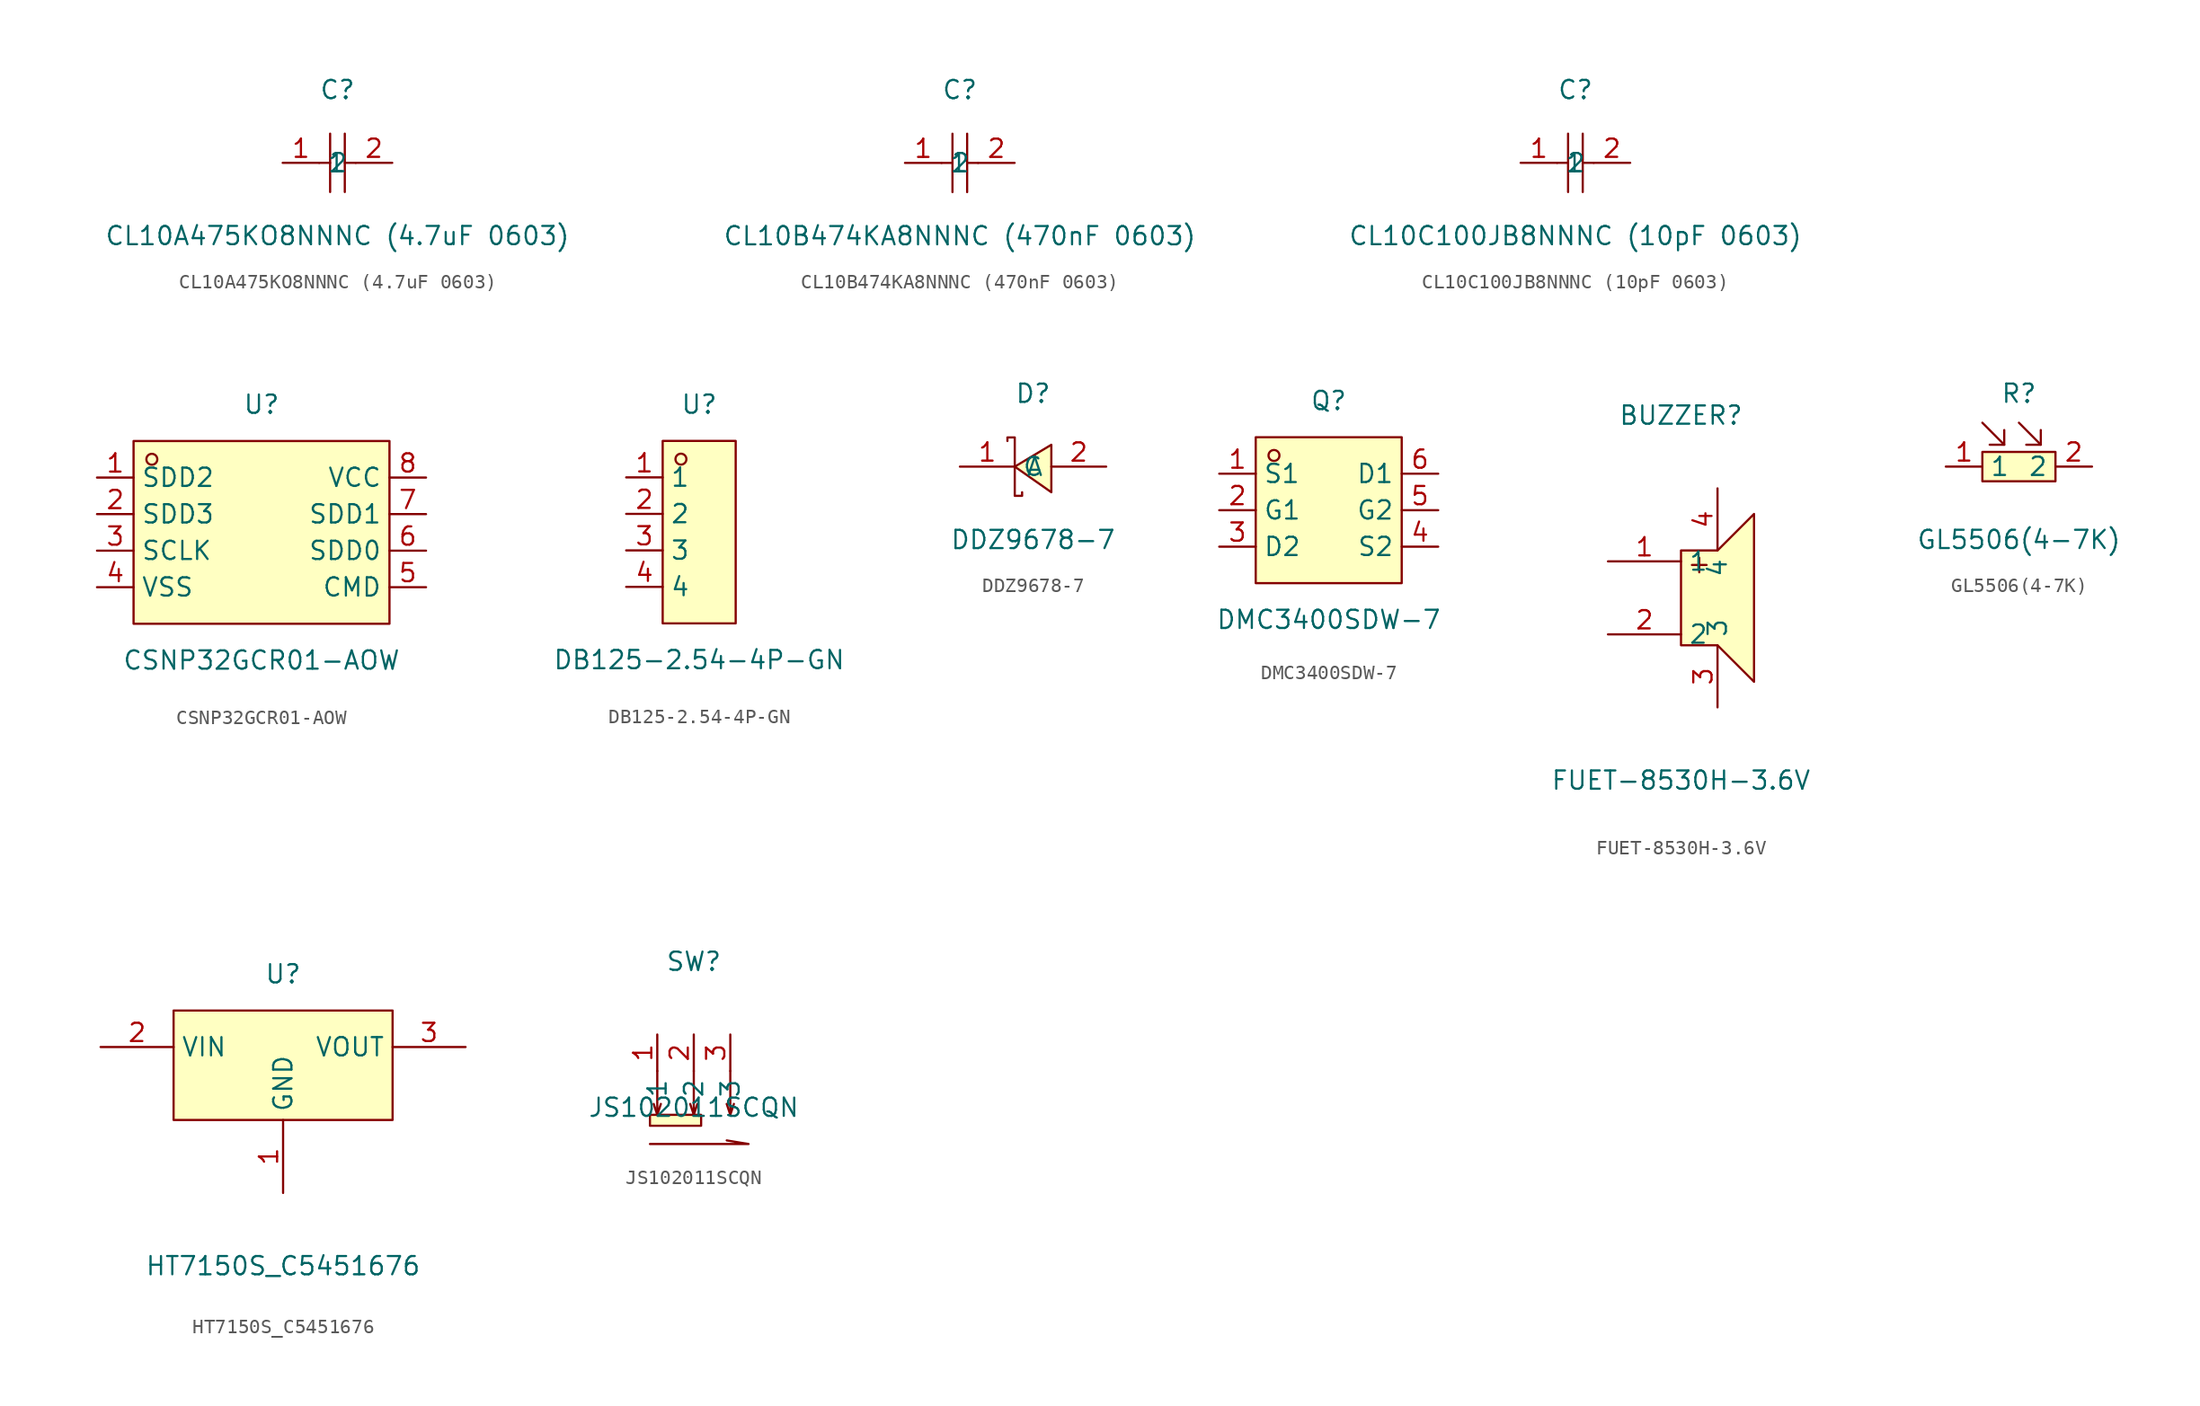
<source format=kicad_sym>
(kicad_symbol_lib
  (version 20231120)
  (generator "kicad_symbol_editor")
  (generator_version "8.0")
  (symbol "CL10A475KO8NNNC (4.7uF 0603)"
    (property "Reference" "C"
      (at 0 5.08 0)
      (effects (font (size 1.27 1.27))))
    (property "Value" "CL10A475KO8NNNC (4.7uF 0603)"
      (at 0 -5.08 0)
      (effects (font (size 1.27 1.27))))
    (symbol "CL10A475KO8NNNC (4.7uF 0603)_0_1"
      (polyline (pts (xy -1.27 0) (xy -0.51 0)) (stroke (width 0) (type default)) (fill (type none)))
      (polyline (pts (xy -0.51 2.03) (xy -0.51 -2.03)) (stroke (width 0) (type default)) (fill (type none)))
      (polyline (pts (xy 0.51 0) (xy 1.27 0)) (stroke (width 0) (type default)) (fill (type none)))
      (polyline (pts (xy 0.51 2.03) (xy 0.51 -2.03)) (stroke (width 0) (type default)) (fill (type none)))
      (pin input line (at -3.81 0 0) (length 2.54) (name "1" (effects (font (size 1.27 1.27)))) (number "1" (effects (font (size 1.27 1.27)))))
      (pin input line (at 3.81 0 180) (length 2.54) (name "2" (effects (font (size 1.27 1.27)))) (number "2" (effects (font (size 1.27 1.27)))))))
  (symbol "CL10B474KA8NNNC (470nF 0603)"
    (property "Reference" "C"
      (at 0 5.08 0)
      (effects (font (size 1.27 1.27))))
    (property "Value" "CL10B474KA8NNNC (470nF 0603)"
      (at 0 -5.08 0)
      (effects (font (size 1.27 1.27))))
    (symbol "CL10B474KA8NNNC (470nF 0603)_0_1"
      (polyline (pts (xy -1.27 0) (xy -0.51 0)) (stroke (width 0) (type default)) (fill (type none)))
      (polyline (pts (xy -0.51 2.03) (xy -0.51 -2.03)) (stroke (width 0) (type default)) (fill (type none)))
      (polyline (pts (xy 0.51 0) (xy 1.27 0)) (stroke (width 0) (type default)) (fill (type none)))
      (polyline (pts (xy 0.51 2.03) (xy 0.51 -2.03)) (stroke (width 0) (type default)) (fill (type none)))
      (pin input line (at -3.81 0 0) (length 2.54) (name "1" (effects (font (size 1.27 1.27)))) (number "1" (effects (font (size 1.27 1.27)))))
      (pin input line (at 3.81 0 180) (length 2.54) (name "2" (effects (font (size 1.27 1.27)))) (number "2" (effects (font (size 1.27 1.27)))))))
  (symbol "CL10C100JB8NNNC (10pF 0603)"
    (property "Reference" "C"
      (at 0 5.08 0)
      (effects (font (size 1.27 1.27))))
    (property "Value" "CL10C100JB8NNNC (10pF 0603)"
      (at 0 -5.08 0)
      (effects (font (size 1.27 1.27))))
    (symbol "CL10C100JB8NNNC (10pF 0603)_0_1"
      (polyline (pts (xy -1.27 0) (xy -0.51 0)) (stroke (width 0) (type default)) (fill (type none)))
      (polyline (pts (xy -0.51 2.03) (xy -0.51 -2.03)) (stroke (width 0) (type default)) (fill (type none)))
      (polyline (pts (xy 0.51 0) (xy 1.27 0)) (stroke (width 0) (type default)) (fill (type none)))
      (polyline (pts (xy 0.51 2.03) (xy 0.51 -2.03)) (stroke (width 0) (type default)) (fill (type none)))
      (pin input line (at -3.81 0 0) (length 2.54) (name "1" (effects (font (size 1.27 1.27)))) (number "1" (effects (font (size 1.27 1.27)))))
      (pin input line (at 3.81 0 180) (length 2.54) (name "2" (effects (font (size 1.27 1.27)))) (number "2" (effects (font (size 1.27 1.27)))))))
  (symbol "CSNP32GCR01-AOW"
    (property "Reference" "U"
      (at 0 8.89 0)
      (effects (font (size 1.27 1.27))))
    (property "Value" "CSNP32GCR01-AOW"
      (at 0 -8.89 0)
      (effects (font (size 1.27 1.27))))
    (symbol "CSNP32GCR01-AOW_0_1"
      (rectangle (start -8.89 6.35) (end 8.89 -6.35) (stroke (width 0) (type default) (color 0 0 0 0)) (fill (type background)))
      (circle (center -7.62 5.08) (radius 0.38) (stroke (width 0) (type default) (color 0 0 0 0)) (fill (type none)))
      (pin unspecified line (at -11.43 3.81 0) (length 2.54) (name "SDD2" (effects (font (size 1.27 1.27)))) (number "1" (effects (font (size 1.27 1.27)))))
      (pin unspecified line (at -11.43 1.27 0) (length 2.54) (name "SDD3" (effects (font (size 1.27 1.27)))) (number "2" (effects (font (size 1.27 1.27)))))
      (pin unspecified line (at -11.43 -1.27 0) (length 2.54) (name "SCLK" (effects (font (size 1.27 1.27)))) (number "3" (effects (font (size 1.27 1.27)))))
      (pin unspecified line (at -11.43 -3.81 0) (length 2.54) (name "VSS" (effects (font (size 1.27 1.27)))) (number "4" (effects (font (size 1.27 1.27)))))
      (pin unspecified line (at 11.43 -3.81 180) (length 2.54) (name "CMD" (effects (font (size 1.27 1.27)))) (number "5" (effects (font (size 1.27 1.27)))))
      (pin unspecified line (at 11.43 -1.27 180) (length 2.54) (name "SDD0" (effects (font (size 1.27 1.27)))) (number "6" (effects (font (size 1.27 1.27)))))
      (pin unspecified line (at 11.43 1.27 180) (length 2.54) (name "SDD1" (effects (font (size 1.27 1.27)))) (number "7" (effects (font (size 1.27 1.27)))))
      (pin unspecified line (at 11.43 3.81 180) (length 2.54) (name "VCC" (effects (font (size 1.27 1.27)))) (number "8" (effects (font (size 1.27 1.27)))))))
  (symbol "DB125-2.54-4P-GN"
    (property "Reference" "U"
      (at 0 8.89 0)
      (effects (font (size 1.27 1.27))))
    (property "Value" "DB125-2.54-4P-GN"
      (at 0 -8.89 0)
      (effects (font (size 1.27 1.27))))
    (symbol "DB125-2.54-4P-GN_0_1"
      (rectangle (start -2.54 6.35) (end 2.54 -6.35) (stroke (width 0) (type default) (color 0 0 0 0)) (fill (type background)))
      (circle (center -1.27 5.08) (radius 0.38) (stroke (width 0) (type default) (color 0 0 0 0)) (fill (type none)))
      (pin unspecified line (at -5.08 3.81 0) (length 2.54) (name "1" (effects (font (size 1.27 1.27)))) (number "1" (effects (font (size 1.27 1.27)))))
      (pin unspecified line (at -5.08 1.27 0) (length 2.54) (name "2" (effects (font (size 1.27 1.27)))) (number "2" (effects (font (size 1.27 1.27)))))
      (pin unspecified line (at -5.08 -1.27 0) (length 2.54) (name "3" (effects (font (size 1.27 1.27)))) (number "3" (effects (font (size 1.27 1.27)))))
      (pin unspecified line (at -5.08 -3.81 0) (length 2.54) (name "4" (effects (font (size 1.27 1.27)))) (number "4" (effects (font (size 1.27 1.27)))))))
  (symbol "DDZ9678-7"
    (property "Reference" "D"
      (at 0 5.08 0)
      (effects (font (size 1.27 1.27))))
    (property "Value" "DDZ9678-7"
      (at 0 -5.08 0)
      (effects (font (size 1.27 1.27))))
    (symbol "DDZ9678-7_0_1"
      (polyline (pts (xy 1.27 1.52) (xy -1.27 0) (xy 1.27 -1.78) (xy 1.27 1.52)) (stroke (width 0) (type default)) (fill (type background)))
      (polyline (pts (xy -1.78 1.78) (xy -1.78 2.03) (xy -1.27 2.03) (xy -1.27 -2.03) (xy -0.76 -2.03) (xy -0.76 -1.78)) (stroke (width 0) (type default)) (fill (type none)))
      (pin unspecified line (at -5.08 0 0) (length 3.81) (name "C" (effects (font (size 1.27 1.27)))) (number "1" (effects (font (size 1.27 1.27)))))
      (pin unspecified line (at 5.08 0 180) (length 3.81) (name "A" (effects (font (size 1.27 1.27)))) (number "2" (effects (font (size 1.27 1.27)))))))
  (symbol "DMC3400SDW-7"
    (property "Reference" "Q"
      (at 0 7.62 0)
      (effects (font (size 1.27 1.27))))
    (property "Value" "DMC3400SDW-7"
      (at 0 -7.62 0)
      (effects (font (size 1.27 1.27))))
    (symbol "DMC3400SDW-7_0_1"
      (rectangle (start -5.08 5.08) (end 5.08 -5.08) (stroke (width 0) (type default) (color 0 0 0 0)) (fill (type background)))
      (circle (center -3.81 3.81) (radius 0.38) (stroke (width 0) (type default) (color 0 0 0 0)) (fill (type none)))
      (pin unspecified line (at -7.62 2.54 0) (length 2.54) (name "S1" (effects (font (size 1.27 1.27)))) (number "1" (effects (font (size 1.27 1.27)))))
      (pin unspecified line (at -7.62 -0.00 0) (length 2.54) (name "G1" (effects (font (size 1.27 1.27)))) (number "2" (effects (font (size 1.27 1.27)))))
      (pin unspecified line (at -7.62 -2.54 0) (length 2.54) (name "D2" (effects (font (size 1.27 1.27)))) (number "3" (effects (font (size 1.27 1.27)))))
      (pin unspecified line (at 7.62 -2.54 180) (length 2.54) (name "S2" (effects (font (size 1.27 1.27)))) (number "4" (effects (font (size 1.27 1.27)))))
      (pin unspecified line (at 7.62 -0.00 180) (length 2.54) (name "G2" (effects (font (size 1.27 1.27)))) (number "5" (effects (font (size 1.27 1.27)))))
      (pin unspecified line (at 7.62 2.54 180) (length 2.54) (name "D1" (effects (font (size 1.27 1.27)))) (number "6" (effects (font (size 1.27 1.27)))))))
  (symbol "FUET-8530H-3.6V"
    (property "Reference" "BUZZER"
      (at 0 12.70 0)
      (effects (font (size 1.27 1.27))))
    (property "Value" "FUET-8530H-3.6V"
      (at 0 -12.70 0)
      (effects (font (size 1.27 1.27))))
    (symbol "FUET-8530H-3.6V_0_1"
      (polyline (pts (xy 0.00 1.78) (xy 0.00 -3.30) (xy 2.54 -3.30) (xy 5.08 -5.84) (xy 5.08 5.84) (xy 2.54 3.30) (xy 0.00 3.30) (xy 0.00 1.78)) (stroke (width 0) (type default) (color 0 0 0 0)) (fill (type background)))
      (polyline (pts (xy 0.76 2.29) (xy 1.78 2.29)) (stroke (width 0) (type default) (color 0 0 0 0)) (fill (type none)))
      (polyline (pts (xy 1.27 2.79) (xy 1.27 1.78)) (stroke (width 0) (type default) (color 0 0 0 0)) (fill (type none)))
      (pin unspecified line (at 2.54 7.62 270) (length 4.318) (name "4" (effects (font (size 1.27 1.27)))) (number "4" (effects (font (size 1.27 1.27)))))
      (pin unspecified line (at 2.54 -7.62 90) (length 4.318) (name "3" (effects (font (size 1.27 1.27)))) (number "3" (effects (font (size 1.27 1.27)))))
      (pin unspecified line (at -5.08 2.54 0) (length 5.08) (name "1" (effects (font (size 1.27 1.27)))) (number "1" (effects (font (size 1.27 1.27)))))
      (pin unspecified line (at -5.08 -2.54 0) (length 5.08) (name "2" (effects (font (size 1.27 1.27)))) (number "2" (effects (font (size 1.27 1.27)))))))
  (symbol "GL5506(4-7K)"
    (property "Reference" "R"
      (at 0 3.81 0)
      (effects (font (size 1.27 1.27))))
    (property "Value" "GL5506(4-7K)"
      (at 0 -6.35 0)
      (effects (font (size 1.27 1.27))))
    (symbol "GL5506(4-7K)_0_1"
      (rectangle (start -2.54 -0.25) (end 2.54 -2.29) (stroke (width 0) (type default)) (fill (type background)))
      (polyline (pts (xy -2.54 1.78) (xy -1.02 0.25)) (stroke (width 0) (type default)) (fill (type none)))
      (polyline (pts (xy 0 1.78) (xy 1.52 0.25)) (stroke (width 0) (type default)) (fill (type none)))
      (polyline (pts (xy -1.02 1.27) (xy -1.02 0.25) (xy -2.03 0.25)) (stroke (width 0) (type default)) (fill (type none)))
      (polyline (pts (xy 1.52 1.27) (xy 1.52 0.25) (xy 0.51 0.25)) (stroke (width 0) (type default)) (fill (type none)))
      (pin input line (at -5.08 -1.27 0) (length 2.54) (name "1" (effects (font (size 1.27 1.27)))) (number "1" (effects (font (size 1.27 1.27)))))
      (pin input line (at 5.08 -1.27 180) (length 2.54) (name "2" (effects (font (size 1.27 1.27)))) (number "2" (effects (font (size 1.27 1.27)))))))
  (symbol "HT7150S_C5451676"
    (property "Reference" "U"
      (at 0 10.16 0)
      (effects (font (size 1.27 1.27))))
    (property "Value" "HT7150S_C5451676"
      (at 0 -10.16 0)
      (effects (font (size 1.27 1.27))))
    (symbol "HT7150S_C5451676_0_1"
      (rectangle (start -7.62 7.62) (end 7.62 0.00) (stroke (width 0) (type default) (color 0 0 0 0)) (fill (type background)))
      (pin power_in line (at -12.70 5.08 0) (length 5.08) (name "VIN" (effects (font (size 1.27 1.27)))) (number "2" (effects (font (size 1.27 1.27)))))
      (pin power_in line (at 0.00 -5.08 90) (length 5.08) (name "GND" (effects (font (size 1.27 1.27)))) (number "1" (effects (font (size 1.27 1.27)))))
      (pin power_in line (at 12.70 5.08 180) (length 5.08) (name "VOUT" (effects (font (size 1.27 1.27)))) (number "3" (effects (font (size 1.27 1.27)))))))
  (symbol "JS102011SCQN"
    (property "Reference" "SW"
      (at 0 8.89 0)
      (effects (font (size 1.27 1.27))))
    (property "Value" "JS102011SCQN"
      (at 0 -1.27 0)
      (effects (font (size 1.27 1.27))))
    (symbol "JS102011SCQN_0_1"
      (rectangle (start -3.05 -1.78) (end 0.51 -2.54) (stroke (width 0) (type default)) (fill (type background)))
      (polyline (pts (xy -2.54 -1.78) (xy -2.79 -1.02)) (stroke (width 0) (type default)) (fill (type none)))
      (polyline (pts (xy 0 -1.78) (xy -0.25 -1.02)) (stroke (width 0) (type default)) (fill (type none)))
      (polyline (pts (xy 2.54 -1.78) (xy 2.29 -1.02)) (stroke (width 0) (type default)) (fill (type none)))
      (polyline (pts (xy -3.05 -3.81) (xy 3.81 -3.81) (xy 2.29 -3.56)) (stroke (width 0) (type default)) (fill (type none)))
      (polyline (pts (xy -2.54 1.27) (xy -2.54 -1.78) (xy -2.29 -1.02)) (stroke (width 0) (type default)) (fill (type none)))
      (polyline (pts (xy 0 1.27) (xy 0 -1.78) (xy 0.25 -1.02)) (stroke (width 0) (type default)) (fill (type none)))
      (polyline (pts (xy 2.54 1.27) (xy 2.54 -1.78) (xy 2.79 -1.02)) (stroke (width 0) (type default)) (fill (type none)))
      (pin unspecified line (at -2.54 3.81 270) (length 2.54) (name "1" (effects (font (size 1.27 1.27)))) (number "1" (effects (font (size 1.27 1.27)))))
      (pin unspecified line (at 0 3.81 270) (length 2.54) (name "2" (effects (font (size 1.27 1.27)))) (number "2" (effects (font (size 1.27 1.27)))))
      (pin unspecified line (at 2.54 3.81 270) (length 2.54) (name "3" (effects (font (size 1.27 1.27)))) (number "3" (effects (font (size 1.27 1.27))))))))
</source>
